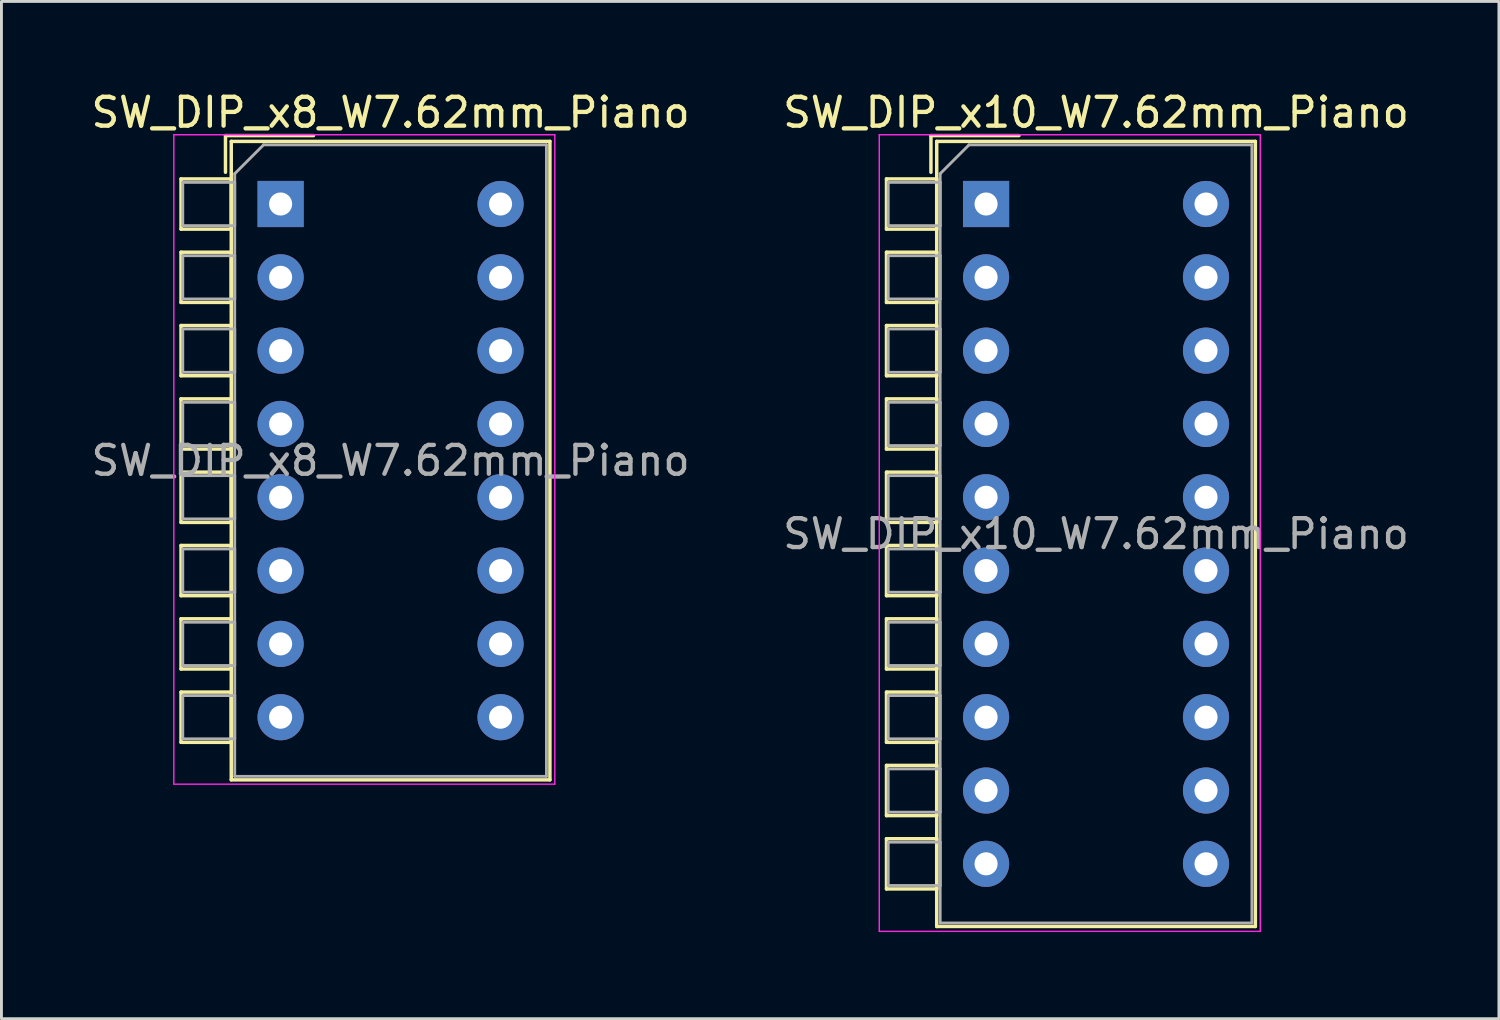
<source format=kicad_pcb>
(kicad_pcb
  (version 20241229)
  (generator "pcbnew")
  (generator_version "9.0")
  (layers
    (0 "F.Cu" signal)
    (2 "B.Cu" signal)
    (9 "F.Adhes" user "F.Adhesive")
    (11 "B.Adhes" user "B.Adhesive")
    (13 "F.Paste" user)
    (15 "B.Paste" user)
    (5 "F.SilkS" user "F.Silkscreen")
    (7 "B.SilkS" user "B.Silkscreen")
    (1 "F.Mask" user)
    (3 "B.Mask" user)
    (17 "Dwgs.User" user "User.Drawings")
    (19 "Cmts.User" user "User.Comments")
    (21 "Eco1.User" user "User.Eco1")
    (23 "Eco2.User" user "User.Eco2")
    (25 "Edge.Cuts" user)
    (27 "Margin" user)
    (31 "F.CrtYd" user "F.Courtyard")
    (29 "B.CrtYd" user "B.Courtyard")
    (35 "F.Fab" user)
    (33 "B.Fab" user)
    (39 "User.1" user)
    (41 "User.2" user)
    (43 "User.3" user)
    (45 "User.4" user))
  (footprint "SW_DIP_x10_W7.62mm_Piano"
    (layer "F.Cu")
    (at 31.113 4.018)
    (property "Reference" "SW_DIP_x10_W7.62mm_Piano" (at 3.81 -3.17 0) (layer "F.SilkS") (effects (font (size 1 1) (thickness 0.15))))
    (attr through_hole)
    (fp_line (start -3.45 -0.87) (end -3.45 0.87) (stroke (width 0.12) (type solid)) (layer "F.SilkS"))
    (fp_line (start -3.45 0.87) (end -1.71 0.87) (stroke (width 0.12) (type solid)) (layer "F.SilkS"))
    (fp_line (start -3.45 1.67) (end -3.45 3.41) (stroke (width 0.12) (type solid)) (layer "F.SilkS"))
    (fp_line (start -3.45 3.41) (end -1.71 3.41) (stroke (width 0.12) (type solid)) (layer "F.SilkS"))
    (fp_line (start -3.45 4.21) (end -3.45 5.95) (stroke (width 0.12) (type solid)) (layer "F.SilkS"))
    (fp_line (start -3.45 5.95) (end -1.71 5.95) (stroke (width 0.12) (type solid)) (layer "F.SilkS"))
    (fp_line (start -3.45 6.75) (end -3.45 8.49) (stroke (width 0.12) (type solid)) (layer "F.SilkS"))
    (fp_line (start -3.45 8.49) (end -1.71 8.49) (stroke (width 0.12) (type solid)) (layer "F.SilkS"))
    (fp_line (start -3.45 9.29) (end -3.45 11.03) (stroke (width 0.12) (type solid)) (layer "F.SilkS"))
    (fp_line (start -3.45 11.03) (end -1.71 11.03) (stroke (width 0.12) (type solid)) (layer "F.SilkS"))
    (fp_line (start -3.45 11.83) (end -3.45 13.57) (stroke (width 0.12) (type solid)) (layer "F.SilkS"))
    (fp_line (start -3.45 13.57) (end -1.71 13.57) (stroke (width 0.12) (type solid)) (layer "F.SilkS"))
    (fp_line (start -3.45 14.37) (end -3.45 16.11) (stroke (width 0.12) (type solid)) (layer "F.SilkS"))
    (fp_line (start -3.45 16.11) (end -1.71 16.11) (stroke (width 0.12) (type solid)) (layer "F.SilkS"))
    (fp_line (start -3.45 16.91) (end -3.45 18.65) (stroke (width 0.12) (type solid)) (layer "F.SilkS"))
    (fp_line (start -3.45 18.65) (end -1.71 18.65) (stroke (width 0.12) (type solid)) (layer "F.SilkS"))
    (fp_line (start -3.45 19.45) (end -3.45 21.19) (stroke (width 0.12) (type solid)) (layer "F.SilkS"))
    (fp_line (start -3.45 21.19) (end -1.71 21.19) (stroke (width 0.12) (type solid)) (layer "F.SilkS"))
    (fp_line (start -3.45 21.99) (end -3.45 23.73) (stroke (width 0.12) (type solid)) (layer "F.SilkS"))
    (fp_line (start -3.45 23.73) (end -1.71 23.73) (stroke (width 0.12) (type solid)) (layer "F.SilkS"))
    (fp_line (start -1.91 -2.37) (end -1.91 -1.1) (stroke (width 0.12) (type solid)) (layer "F.SilkS"))
    (fp_line (start -1.91 -2.37) (end 1.14 -2.37) (stroke (width 0.12) (type solid)) (layer "F.SilkS"))
    (fp_line (start -1.71 -2.17) (end 9.33 -2.17) (stroke (width 0.12) (type solid)) (layer "F.SilkS"))
    (fp_line (start -1.71 -0.87) (end -3.45 -0.87) (stroke (width 0.12) (type solid)) (layer "F.SilkS"))
    (fp_line (start -1.71 0.87) (end -1.71 -0.87) (stroke (width 0.12) (type solid)) (layer "F.SilkS"))
    (fp_line (start -1.71 1.67) (end -3.45 1.67) (stroke (width 0.12) (type solid)) (layer "F.SilkS"))
    (fp_line (start -1.71 3.41) (end -1.71 1.67) (stroke (width 0.12) (type solid)) (layer "F.SilkS"))
    (fp_line (start -1.71 4.21) (end -3.45 4.21) (stroke (width 0.12) (type solid)) (layer "F.SilkS"))
    (fp_line (start -1.71 5.95) (end -1.71 4.21) (stroke (width 0.12) (type solid)) (layer "F.SilkS"))
    (fp_line (start -1.71 6.75) (end -3.45 6.75) (stroke (width 0.12) (type solid)) (layer "F.SilkS"))
    (fp_line (start -1.71 8.49) (end -1.71 6.75) (stroke (width 0.12) (type solid)) (layer "F.SilkS"))
    (fp_line (start -1.71 9.29) (end -3.45 9.29) (stroke (width 0.12) (type solid)) (layer "F.SilkS"))
    (fp_line (start -1.71 11.03) (end -1.71 9.29) (stroke (width 0.12) (type solid)) (layer "F.SilkS"))
    (fp_line (start -1.71 11.83) (end -3.45 11.83) (stroke (width 0.12) (type solid)) (layer "F.SilkS"))
    (fp_line (start -1.71 13.57) (end -1.71 11.83) (stroke (width 0.12) (type solid)) (layer "F.SilkS"))
    (fp_line (start -1.71 14.37) (end -3.45 14.37) (stroke (width 0.12) (type solid)) (layer "F.SilkS"))
    (fp_line (start -1.71 16.11) (end -1.71 14.37) (stroke (width 0.12) (type solid)) (layer "F.SilkS"))
    (fp_line (start -1.71 16.91) (end -3.45 16.91) (stroke (width 0.12) (type solid)) (layer "F.SilkS"))
    (fp_line (start -1.71 18.65) (end -1.71 16.91) (stroke (width 0.12) (type solid)) (layer "F.SilkS"))
    (fp_line (start -1.71 19.45) (end -3.45 19.45) (stroke (width 0.12) (type solid)) (layer "F.SilkS"))
    (fp_line (start -1.71 21.19) (end -1.71 19.45) (stroke (width 0.12) (type solid)) (layer "F.SilkS"))
    (fp_line (start -1.71 21.99) (end -3.45 21.99) (stroke (width 0.12) (type solid)) (layer "F.SilkS"))
    (fp_line (start -1.71 23.73) (end -1.71 21.99) (stroke (width 0.12) (type solid)) (layer "F.SilkS"))
    (fp_line (start -1.71 25.03) (end -1.71 -2.17) (stroke (width 0.12) (type solid)) (layer "F.SilkS"))
    (fp_line (start 9.33 -2.17) (end 9.33 25.03) (stroke (width 0.12) (type solid)) (layer "F.SilkS"))
    (fp_line (start 9.33 25.03) (end -1.71 25.03) (stroke (width 0.12) (type solid)) (layer "F.SilkS"))
    (fp_line (start -3.7 -2.4) (end -3.7 25.2) (stroke (width 0.05) (type solid)) (layer "F.CrtYd"))
    (fp_line (start -3.7 25.2) (end 9.5 25.2) (stroke (width 0.05) (type solid)) (layer "F.CrtYd"))
    (fp_line (start 9.5 -2.4) (end -3.7 -2.4) (stroke (width 0.05) (type solid)) (layer "F.CrtYd"))
    (fp_line (start 9.5 25.2) (end 9.5 -2.4) (stroke (width 0.05) (type solid)) (layer "F.CrtYd"))
    (fp_line (start -3.39 -0.75) (end -1.59 -0.75) (stroke (width 0.1) (type solid)) (layer "F.Fab"))
    (fp_line (start -3.39 0.75) (end -3.39 -0.75) (stroke (width 0.1) (type solid)) (layer "F.Fab"))
    (fp_line (start -3.39 1.79) (end -1.59 1.79) (stroke (width 0.1) (type solid)) (layer "F.Fab"))
    (fp_line (start -3.39 3.29) (end -3.39 1.79) (stroke (width 0.1) (type solid)) (layer "F.Fab"))
    (fp_line (start -3.39 4.33) (end -1.59 4.33) (stroke (width 0.1) (type solid)) (layer "F.Fab"))
    (fp_line (start -3.39 5.83) (end -3.39 4.33) (stroke (width 0.1) (type solid)) (layer "F.Fab"))
    (fp_line (start -3.39 6.87) (end -1.59 6.87) (stroke (width 0.1) (type solid)) (layer "F.Fab"))
    (fp_line (start -3.39 8.37) (end -3.39 6.87) (stroke (width 0.1) (type solid)) (layer "F.Fab"))
    (fp_line (start -3.39 9.41) (end -1.59 9.41) (stroke (width 0.1) (type solid)) (layer "F.Fab"))
    (fp_line (start -3.39 10.91) (end -3.39 9.41) (stroke (width 0.1) (type solid)) (layer "F.Fab"))
    (fp_line (start -3.39 11.95) (end -1.59 11.95) (stroke (width 0.1) (type solid)) (layer "F.Fab"))
    (fp_line (start -3.39 13.45) (end -3.39 11.95) (stroke (width 0.1) (type solid)) (layer "F.Fab"))
    (fp_line (start -3.39 14.49) (end -1.59 14.49) (stroke (width 0.1) (type solid)) (layer "F.Fab"))
    (fp_line (start -3.39 15.99) (end -3.39 14.49) (stroke (width 0.1) (type solid)) (layer "F.Fab"))
    (fp_line (start -3.39 17.03) (end -1.59 17.03) (stroke (width 0.1) (type solid)) (layer "F.Fab"))
    (fp_line (start -3.39 18.53) (end -3.39 17.03) (stroke (width 0.1) (type solid)) (layer "F.Fab"))
    (fp_line (start -3.39 19.57) (end -1.59 19.57) (stroke (width 0.1) (type solid)) (layer "F.Fab"))
    (fp_line (start -3.39 21.07) (end -3.39 19.57) (stroke (width 0.1) (type solid)) (layer "F.Fab"))
    (fp_line (start -3.39 22.11) (end -1.59 22.11) (stroke (width 0.1) (type solid)) (layer "F.Fab"))
    (fp_line (start -3.39 23.61) (end -3.39 22.11) (stroke (width 0.1) (type solid)) (layer "F.Fab"))
    (fp_line (start -1.59 -1.05) (end -0.59 -2.05) (stroke (width 0.1) (type solid)) (layer "F.Fab"))
    (fp_line (start -1.59 -0.75) (end -1.59 0.75) (stroke (width 0.1) (type solid)) (layer "F.Fab"))
    (fp_line (start -1.59 0.75) (end -3.39 0.75) (stroke (width 0.1) (type solid)) (layer "F.Fab"))
    (fp_line (start -1.59 1.79) (end -1.59 3.29) (stroke (width 0.1) (type solid)) (layer "F.Fab"))
    (fp_line (start -1.59 3.29) (end -3.39 3.29) (stroke (width 0.1) (type solid)) (layer "F.Fab"))
    (fp_line (start -1.59 4.33) (end -1.59 5.83) (stroke (width 0.1) (type solid)) (layer "F.Fab"))
    (fp_line (start -1.59 5.83) (end -3.39 5.83) (stroke (width 0.1) (type solid)) (layer "F.Fab"))
    (fp_line (start -1.59 6.87) (end -1.59 8.37) (stroke (width 0.1) (type solid)) (layer "F.Fab"))
    (fp_line (start -1.59 8.37) (end -3.39 8.37) (stroke (width 0.1) (type solid)) (layer "F.Fab"))
    (fp_line (start -1.59 9.41) (end -1.59 10.91) (stroke (width 0.1) (type solid)) (layer "F.Fab"))
    (fp_line (start -1.59 10.91) (end -3.39 10.91) (stroke (width 0.1) (type solid)) (layer "F.Fab"))
    (fp_line (start -1.59 11.95) (end -1.59 13.45) (stroke (width 0.1) (type solid)) (layer "F.Fab"))
    (fp_line (start -1.59 13.45) (end -3.39 13.45) (stroke (width 0.1) (type solid)) (layer "F.Fab"))
    (fp_line (start -1.59 14.49) (end -1.59 15.99) (stroke (width 0.1) (type solid)) (layer "F.Fab"))
    (fp_line (start -1.59 15.99) (end -3.39 15.99) (stroke (width 0.1) (type solid)) (layer "F.Fab"))
    (fp_line (start -1.59 17.03) (end -1.59 18.53) (stroke (width 0.1) (type solid)) (layer "F.Fab"))
    (fp_line (start -1.59 18.53) (end -3.39 18.53) (stroke (width 0.1) (type solid)) (layer "F.Fab"))
    (fp_line (start -1.59 19.57) (end -1.59 21.07) (stroke (width 0.1) (type solid)) (layer "F.Fab"))
    (fp_line (start -1.59 21.07) (end -3.39 21.07) (stroke (width 0.1) (type solid)) (layer "F.Fab"))
    (fp_line (start -1.59 22.11) (end -1.59 23.61) (stroke (width 0.1) (type solid)) (layer "F.Fab"))
    (fp_line (start -1.59 23.61) (end -3.39 23.61) (stroke (width 0.1) (type solid)) (layer "F.Fab"))
    (fp_line (start -1.59 24.91) (end -1.59 -1.05) (stroke (width 0.1) (type solid)) (layer "F.Fab"))
    (fp_line (start -0.59 -2.05) (end 9.21 -2.05) (stroke (width 0.1) (type solid)) (layer "F.Fab"))
    (fp_line (start 9.21 -2.05) (end 9.21 24.91) (stroke (width 0.1) (type solid)) (layer "F.Fab"))
    (fp_line (start 9.21 24.91) (end -1.59 24.91) (stroke (width 0.1) (type solid)) (layer "F.Fab"))
    (fp_text user "${REFERENCE}" (at 3.81 11.43 0) (layer "F.Fab") (effects (font (size 1 1) (thickness 0.15))))
    (pad "1" thru_hole rect (at 0 0) (size 1.6 1.6) (drill 0.8) (layers "*.Cu" "*.Mask"))
    (pad "2" thru_hole oval (at 0 2.54) (size 1.6 1.6) (drill 0.8) (layers "*.Cu" "*.Mask"))
    (pad "3" thru_hole oval (at 0 5.08) (size 1.6 1.6) (drill 0.8) (layers "*.Cu" "*.Mask"))
    (pad "4" thru_hole oval (at 0 7.62) (size 1.6 1.6) (drill 0.8) (layers "*.Cu" "*.Mask"))
    (pad "5" thru_hole oval (at 0 10.16) (size 1.6 1.6) (drill 0.8) (layers "*.Cu" "*.Mask"))
    (pad "6" thru_hole oval (at 0 12.7) (size 1.6 1.6) (drill 0.8) (layers "*.Cu" "*.Mask"))
    (pad "7" thru_hole oval (at 0 15.24) (size 1.6 1.6) (drill 0.8) (layers "*.Cu" "*.Mask"))
    (pad "8" thru_hole oval (at 0 17.78) (size 1.6 1.6) (drill 0.8) (layers "*.Cu" "*.Mask"))
    (pad "9" thru_hole oval (at 0 20.32) (size 1.6 1.6) (drill 0.8) (layers "*.Cu" "*.Mask"))
    (pad "10" thru_hole oval (at 0 22.86) (size 1.6 1.6) (drill 0.8) (layers "*.Cu" "*.Mask"))
    (pad "11" thru_hole oval (at 7.62 22.86) (size 1.6 1.6) (drill 0.8) (layers "*.Cu" "*.Mask"))
    (pad "12" thru_hole oval (at 7.62 20.32) (size 1.6 1.6) (drill 0.8) (layers "*.Cu" "*.Mask"))
    (pad "13" thru_hole oval (at 7.62 17.78) (size 1.6 1.6) (drill 0.8) (layers "*.Cu" "*.Mask"))
    (pad "14" thru_hole oval (at 7.62 15.24) (size 1.6 1.6) (drill 0.8) (layers "*.Cu" "*.Mask"))
    (pad "15" thru_hole oval (at 7.62 12.7) (size 1.6 1.6) (drill 0.8) (layers "*.Cu" "*.Mask"))
    (pad "16" thru_hole oval (at 7.62 10.16) (size 1.6 1.6) (drill 0.8) (layers "*.Cu" "*.Mask"))
    (pad "17" thru_hole oval (at 7.62 7.62) (size 1.6 1.6) (drill 0.8) (layers "*.Cu" "*.Mask"))
    (pad "18" thru_hole oval (at 7.62 5.08) (size 1.6 1.6) (drill 0.8) (layers "*.Cu" "*.Mask"))
    (pad "19" thru_hole oval (at 7.62 2.54) (size 1.6 1.6) (drill 0.8) (layers "*.Cu" "*.Mask"))
    (pad "20" thru_hole oval (at 7.62 0) (size 1.6 1.6) (drill 0.8) (layers "*.Cu" "*.Mask")))
  (footprint "SW_DIP_x8_W7.62mm_Piano"
    (layer "F.Cu")
    (at 6.672 4.018)
    (property "Reference" "SW_DIP_x8_W7.62mm_Piano" (at 3.81 -3.17 0) (layer "F.SilkS") (effects (font (size 1 1) (thickness 0.15))))
    (attr through_hole)
    (fp_line (start -3.45 -0.87) (end -3.45 0.87) (stroke (width 0.12) (type solid)) (layer "F.SilkS"))
    (fp_line (start -3.45 0.87) (end -1.71 0.87) (stroke (width 0.12) (type solid)) (layer "F.SilkS"))
    (fp_line (start -3.45 1.67) (end -3.45 3.41) (stroke (width 0.12) (type solid)) (layer "F.SilkS"))
    (fp_line (start -3.45 3.41) (end -1.71 3.41) (stroke (width 0.12) (type solid)) (layer "F.SilkS"))
    (fp_line (start -3.45 4.21) (end -3.45 5.95) (stroke (width 0.12) (type solid)) (layer "F.SilkS"))
    (fp_line (start -3.45 5.95) (end -1.71 5.95) (stroke (width 0.12) (type solid)) (layer "F.SilkS"))
    (fp_line (start -3.45 6.75) (end -3.45 8.49) (stroke (width 0.12) (type solid)) (layer "F.SilkS"))
    (fp_line (start -3.45 8.49) (end -1.71 8.49) (stroke (width 0.12) (type solid)) (layer "F.SilkS"))
    (fp_line (start -3.45 9.29) (end -3.45 11.03) (stroke (width 0.12) (type solid)) (layer "F.SilkS"))
    (fp_line (start -3.45 11.03) (end -1.71 11.03) (stroke (width 0.12) (type solid)) (layer "F.SilkS"))
    (fp_line (start -3.45 11.83) (end -3.45 13.57) (stroke (width 0.12) (type solid)) (layer "F.SilkS"))
    (fp_line (start -3.45 13.57) (end -1.71 13.57) (stroke (width 0.12) (type solid)) (layer "F.SilkS"))
    (fp_line (start -3.45 14.37) (end -3.45 16.11) (stroke (width 0.12) (type solid)) (layer "F.SilkS"))
    (fp_line (start -3.45 16.11) (end -1.71 16.11) (stroke (width 0.12) (type solid)) (layer "F.SilkS"))
    (fp_line (start -3.45 16.91) (end -3.45 18.65) (stroke (width 0.12) (type solid)) (layer "F.SilkS"))
    (fp_line (start -3.45 18.65) (end -1.71 18.65) (stroke (width 0.12) (type solid)) (layer "F.SilkS"))
    (fp_line (start -1.91 -2.37) (end -1.91 -1.1) (stroke (width 0.12) (type solid)) (layer "F.SilkS"))
    (fp_line (start -1.91 -2.37) (end 1.14 -2.37) (stroke (width 0.12) (type solid)) (layer "F.SilkS"))
    (fp_line (start -1.71 -2.17) (end 9.33 -2.17) (stroke (width 0.12) (type solid)) (layer "F.SilkS"))
    (fp_line (start -1.71 -0.87) (end -3.45 -0.87) (stroke (width 0.12) (type solid)) (layer "F.SilkS"))
    (fp_line (start -1.71 0.87) (end -1.71 -0.87) (stroke (width 0.12) (type solid)) (layer "F.SilkS"))
    (fp_line (start -1.71 1.67) (end -3.45 1.67) (stroke (width 0.12) (type solid)) (layer "F.SilkS"))
    (fp_line (start -1.71 3.41) (end -1.71 1.67) (stroke (width 0.12) (type solid)) (layer "F.SilkS"))
    (fp_line (start -1.71 4.21) (end -3.45 4.21) (stroke (width 0.12) (type solid)) (layer "F.SilkS"))
    (fp_line (start -1.71 5.95) (end -1.71 4.21) (stroke (width 0.12) (type solid)) (layer "F.SilkS"))
    (fp_line (start -1.71 6.75) (end -3.45 6.75) (stroke (width 0.12) (type solid)) (layer "F.SilkS"))
    (fp_line (start -1.71 8.49) (end -1.71 6.75) (stroke (width 0.12) (type solid)) (layer "F.SilkS"))
    (fp_line (start -1.71 9.29) (end -3.45 9.29) (stroke (width 0.12) (type solid)) (layer "F.SilkS"))
    (fp_line (start -1.71 11.03) (end -1.71 9.29) (stroke (width 0.12) (type solid)) (layer "F.SilkS"))
    (fp_line (start -1.71 11.83) (end -3.45 11.83) (stroke (width 0.12) (type solid)) (layer "F.SilkS"))
    (fp_line (start -1.71 13.57) (end -1.71 11.83) (stroke (width 0.12) (type solid)) (layer "F.SilkS"))
    (fp_line (start -1.71 14.37) (end -3.45 14.37) (stroke (width 0.12) (type solid)) (layer "F.SilkS"))
    (fp_line (start -1.71 16.11) (end -1.71 14.37) (stroke (width 0.12) (type solid)) (layer "F.SilkS"))
    (fp_line (start -1.71 16.91) (end -3.45 16.91) (stroke (width 0.12) (type solid)) (layer "F.SilkS"))
    (fp_line (start -1.71 18.65) (end -1.71 16.91) (stroke (width 0.12) (type solid)) (layer "F.SilkS"))
    (fp_line (start -1.71 19.95) (end -1.71 -2.17) (stroke (width 0.12) (type solid)) (layer "F.SilkS"))
    (fp_line (start 9.33 -2.17) (end 9.33 19.95) (stroke (width 0.12) (type solid)) (layer "F.SilkS"))
    (fp_line (start 9.33 19.95) (end -1.71 19.95) (stroke (width 0.12) (type solid)) (layer "F.SilkS"))
    (fp_line (start -3.7 -2.4) (end -3.7 20.1) (stroke (width 0.05) (type solid)) (layer "F.CrtYd"))
    (fp_line (start -3.7 20.1) (end 9.5 20.1) (stroke (width 0.05) (type solid)) (layer "F.CrtYd"))
    (fp_line (start 9.5 -2.4) (end -3.7 -2.4) (stroke (width 0.05) (type solid)) (layer "F.CrtYd"))
    (fp_line (start 9.5 20.1) (end 9.5 -2.4) (stroke (width 0.05) (type solid)) (layer "F.CrtYd"))
    (fp_line (start -3.39 -0.75) (end -1.59 -0.75) (stroke (width 0.1) (type solid)) (layer "F.Fab"))
    (fp_line (start -3.39 0.75) (end -3.39 -0.75) (stroke (width 0.1) (type solid)) (layer "F.Fab"))
    (fp_line (start -3.39 1.79) (end -1.59 1.79) (stroke (width 0.1) (type solid)) (layer "F.Fab"))
    (fp_line (start -3.39 3.29) (end -3.39 1.79) (stroke (width 0.1) (type solid)) (layer "F.Fab"))
    (fp_line (start -3.39 4.33) (end -1.59 4.33) (stroke (width 0.1) (type solid)) (layer "F.Fab"))
    (fp_line (start -3.39 5.83) (end -3.39 4.33) (stroke (width 0.1) (type solid)) (layer "F.Fab"))
    (fp_line (start -3.39 6.87) (end -1.59 6.87) (stroke (width 0.1) (type solid)) (layer "F.Fab"))
    (fp_line (start -3.39 8.37) (end -3.39 6.87) (stroke (width 0.1) (type solid)) (layer "F.Fab"))
    (fp_line (start -3.39 9.41) (end -1.59 9.41) (stroke (width 0.1) (type solid)) (layer "F.Fab"))
    (fp_line (start -3.39 10.91) (end -3.39 9.41) (stroke (width 0.1) (type solid)) (layer "F.Fab"))
    (fp_line (start -3.39 11.95) (end -1.59 11.95) (stroke (width 0.1) (type solid)) (layer "F.Fab"))
    (fp_line (start -3.39 13.45) (end -3.39 11.95) (stroke (width 0.1) (type solid)) (layer "F.Fab"))
    (fp_line (start -3.39 14.49) (end -1.59 14.49) (stroke (width 0.1) (type solid)) (layer "F.Fab"))
    (fp_line (start -3.39 15.99) (end -3.39 14.49) (stroke (width 0.1) (type solid)) (layer "F.Fab"))
    (fp_line (start -3.39 17.03) (end -1.59 17.03) (stroke (width 0.1) (type solid)) (layer "F.Fab"))
    (fp_line (start -3.39 18.53) (end -3.39 17.03) (stroke (width 0.1) (type solid)) (layer "F.Fab"))
    (fp_line (start -1.59 -1.05) (end -0.59 -2.05) (stroke (width 0.1) (type solid)) (layer "F.Fab"))
    (fp_line (start -1.59 -0.75) (end -1.59 0.75) (stroke (width 0.1) (type solid)) (layer "F.Fab"))
    (fp_line (start -1.59 0.75) (end -3.39 0.75) (stroke (width 0.1) (type solid)) (layer "F.Fab"))
    (fp_line (start -1.59 1.79) (end -1.59 3.29) (stroke (width 0.1) (type solid)) (layer "F.Fab"))
    (fp_line (start -1.59 3.29) (end -3.39 3.29) (stroke (width 0.1) (type solid)) (layer "F.Fab"))
    (fp_line (start -1.59 4.33) (end -1.59 5.83) (stroke (width 0.1) (type solid)) (layer "F.Fab"))
    (fp_line (start -1.59 5.83) (end -3.39 5.83) (stroke (width 0.1) (type solid)) (layer "F.Fab"))
    (fp_line (start -1.59 6.87) (end -1.59 8.37) (stroke (width 0.1) (type solid)) (layer "F.Fab"))
    (fp_line (start -1.59 8.37) (end -3.39 8.37) (stroke (width 0.1) (type solid)) (layer "F.Fab"))
    (fp_line (start -1.59 9.41) (end -1.59 10.91) (stroke (width 0.1) (type solid)) (layer "F.Fab"))
    (fp_line (start -1.59 10.91) (end -3.39 10.91) (stroke (width 0.1) (type solid)) (layer "F.Fab"))
    (fp_line (start -1.59 11.95) (end -1.59 13.45) (stroke (width 0.1) (type solid)) (layer "F.Fab"))
    (fp_line (start -1.59 13.45) (end -3.39 13.45) (stroke (width 0.1) (type solid)) (layer "F.Fab"))
    (fp_line (start -1.59 14.49) (end -1.59 15.99) (stroke (width 0.1) (type solid)) (layer "F.Fab"))
    (fp_line (start -1.59 15.99) (end -3.39 15.99) (stroke (width 0.1) (type solid)) (layer "F.Fab"))
    (fp_line (start -1.59 17.03) (end -1.59 18.53) (stroke (width 0.1) (type solid)) (layer "F.Fab"))
    (fp_line (start -1.59 18.53) (end -3.39 18.53) (stroke (width 0.1) (type solid)) (layer "F.Fab"))
    (fp_line (start -1.59 19.83) (end -1.59 -1.05) (stroke (width 0.1) (type solid)) (layer "F.Fab"))
    (fp_line (start -0.59 -2.05) (end 9.21 -2.05) (stroke (width 0.1) (type solid)) (layer "F.Fab"))
    (fp_line (start 9.21 -2.05) (end 9.21 19.83) (stroke (width 0.1) (type solid)) (layer "F.Fab"))
    (fp_line (start 9.21 19.83) (end -1.59 19.83) (stroke (width 0.1) (type solid)) (layer "F.Fab"))
    (fp_text user "${REFERENCE}" (at 3.81 8.89 0) (layer "F.Fab") (effects (font (size 1 1) (thickness 0.15))))
    (pad "1" thru_hole rect (at 0 0) (size 1.6 1.6) (drill 0.8) (layers "*.Cu" "*.Mask"))
    (pad "2" thru_hole oval (at 0 2.54) (size 1.6 1.6) (drill 0.8) (layers "*.Cu" "*.Mask"))
    (pad "3" thru_hole oval (at 0 5.08) (size 1.6 1.6) (drill 0.8) (layers "*.Cu" "*.Mask"))
    (pad "4" thru_hole oval (at 0 7.62) (size 1.6 1.6) (drill 0.8) (layers "*.Cu" "*.Mask"))
    (pad "5" thru_hole oval (at 0 10.16) (size 1.6 1.6) (drill 0.8) (layers "*.Cu" "*.Mask"))
    (pad "6" thru_hole oval (at 0 12.7) (size 1.6 1.6) (drill 0.8) (layers "*.Cu" "*.Mask"))
    (pad "7" thru_hole oval (at 0 15.24) (size 1.6 1.6) (drill 0.8) (layers "*.Cu" "*.Mask"))
    (pad "8" thru_hole oval (at 0 17.78) (size 1.6 1.6) (drill 0.8) (layers "*.Cu" "*.Mask"))
    (pad "9" thru_hole oval (at 7.62 17.78) (size 1.6 1.6) (drill 0.8) (layers "*.Cu" "*.Mask"))
    (pad "10" thru_hole oval (at 7.62 15.24) (size 1.6 1.6) (drill 0.8) (layers "*.Cu" "*.Mask"))
    (pad "11" thru_hole oval (at 7.62 12.7) (size 1.6 1.6) (drill 0.8) (layers "*.Cu" "*.Mask"))
    (pad "12" thru_hole oval (at 7.62 10.16) (size 1.6 1.6) (drill 0.8) (layers "*.Cu" "*.Mask"))
    (pad "13" thru_hole oval (at 7.62 7.62) (size 1.6 1.6) (drill 0.8) (layers "*.Cu" "*.Mask"))
    (pad "14" thru_hole oval (at 7.62 5.08) (size 1.6 1.6) (drill 0.8) (layers "*.Cu" "*.Mask"))
    (pad "15" thru_hole oval (at 7.62 2.54) (size 1.6 1.6) (drill 0.8) (layers "*.Cu" "*.Mask"))
    (pad "16" thru_hole oval (at 7.62 0) (size 1.6 1.6) (drill 0.8) (layers "*.Cu" "*.Mask")))
  (gr_rect
    (start -3 -3)
    (end 48.881 32.243)
    (stroke (width 0.1) (type default))
    (fill no)
    (layer "Edge.Cuts")))
</source>
